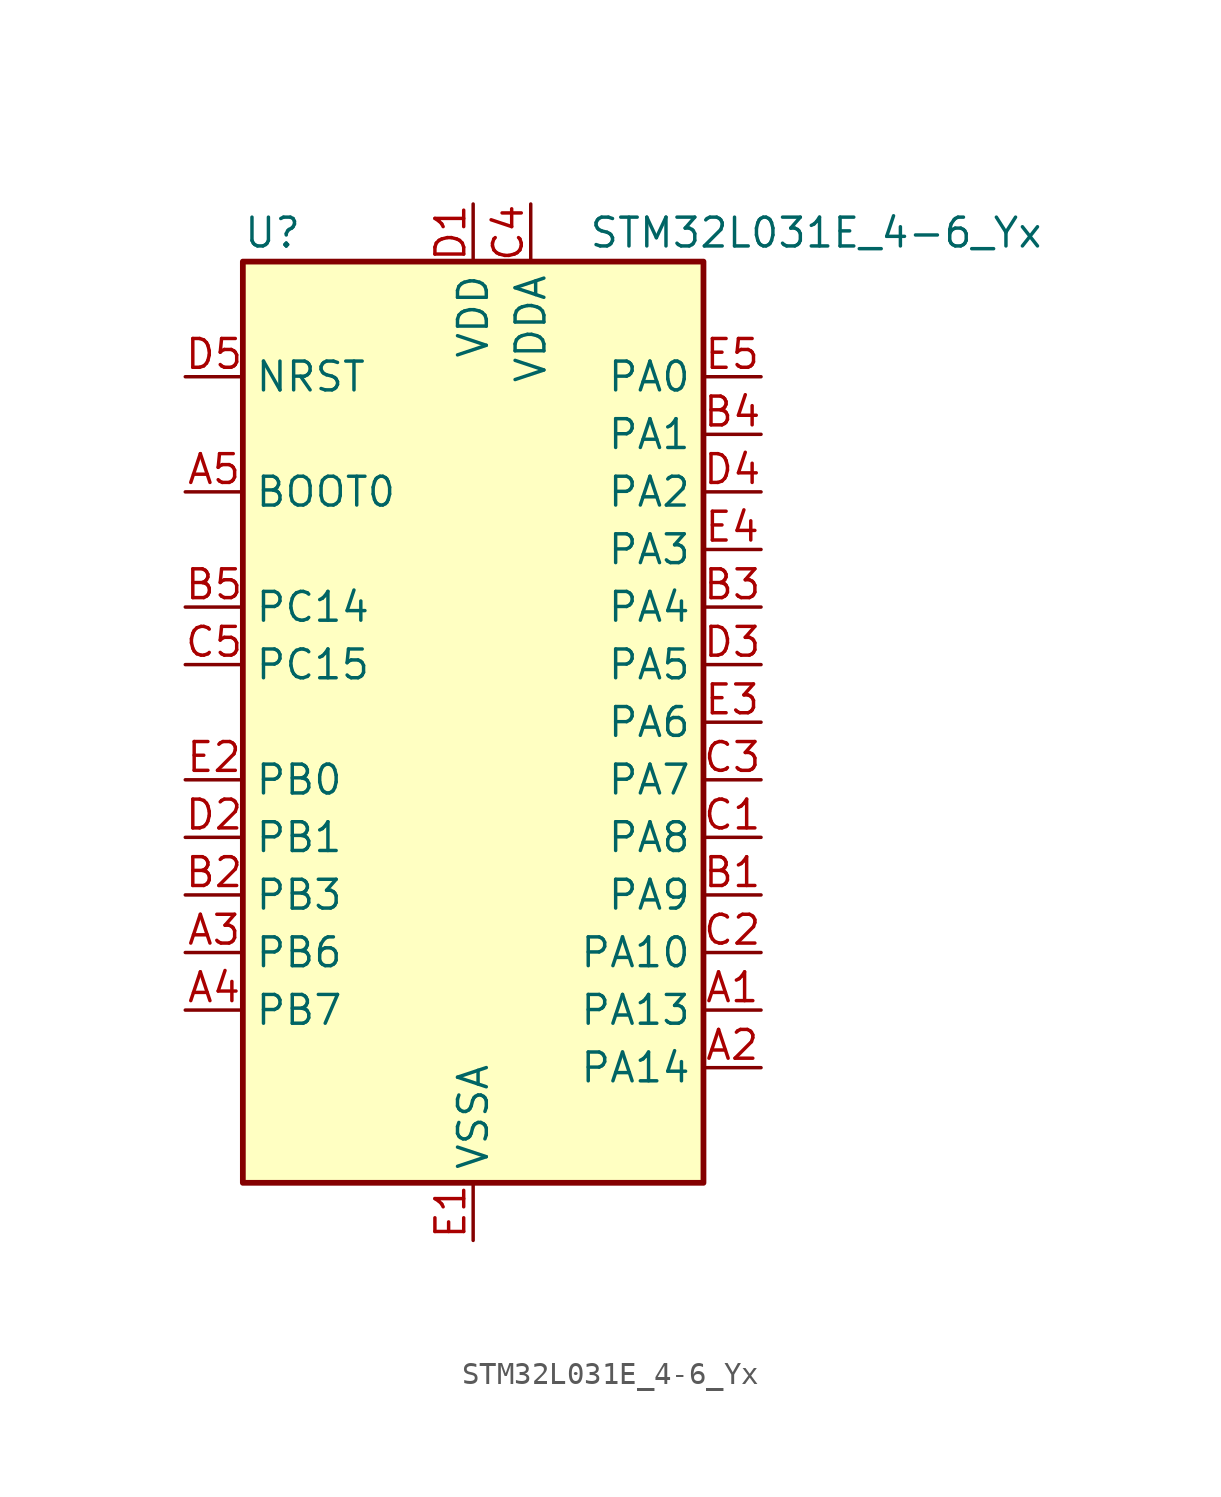
<source format=kicad_sym>
(kicad_symbol_lib
  (version 20241209)
  (generator "kicad_symbol_editor")
  (generator_version "9.0")
  (symbol "STM32L031E_4-6_Yx"
    (property "Reference" "U"
      (at -10.16 21.59 0)
      (effects (font (size 1.27 1.27)) (justify left)))
    (property "Value" "STM32L031E_4-6_Yx"
      (at 5.08 21.59 0)
      (effects (font (size 1.27 1.27)) (justify left)))
    (symbol "STM32L031E_4-6_Yx_0_1"
      (rectangle (start -10.16 -20.32) (end 10.16 20.32) (stroke (width 0.254) (type default)) (fill (type background))))
    (symbol "STM32L031E_4-6_Yx_1_1"
      (pin input line (at -12.7 15.24 0) (length 2.54) (name "NRST" (effects (font (size 1.27 1.27)))) (number "D5" (effects (font (size 1.27 1.27)))))
      (pin input line (at -12.7 10.16 0) (length 2.54) (name "BOOT0" (effects (font (size 1.27 1.27)))) (number "A5" (effects (font (size 1.27 1.27)))))
      (pin bidirectional line (at -12.7 5.08 0) (length 2.54) (name "PC14" (effects (font (size 1.27 1.27)))) (number "B5" (effects (font (size 1.27 1.27)))) (alternate "RCC_OSC32_IN" bidirectional line))
      (pin bidirectional line (at -12.7 2.54 0) (length 2.54) (name "PC15" (effects (font (size 1.27 1.27)))) (number "C5" (effects (font (size 1.27 1.27)))) (alternate "RCC_OSC32_OUT" bidirectional line))
      (pin bidirectional line (at -12.7 -2.54 0) (length 2.54) (name "PB0" (effects (font (size 1.27 1.27)))) (number "E2" (effects (font (size 1.27 1.27)))) (alternate "ADC_IN8" bidirectional line) (alternate "SPI1_MISO" bidirectional line) (alternate "SYS_VREF_OUT_PB0" bidirectional line) (alternate "TIM2_CH3" bidirectional line) (alternate "USART2_DE" bidirectional line) (alternate "USART2_RTS" bidirectional line))
      (pin bidirectional line (at -12.7 -5.08 0) (length 2.54) (name "PB1" (effects (font (size 1.27 1.27)))) (number "D2" (effects (font (size 1.27 1.27)))) (alternate "ADC_IN9" bidirectional line) (alternate "LPUART1_DE" bidirectional line) (alternate "LPUART1_RTS" bidirectional line) (alternate "SPI1_MOSI" bidirectional line) (alternate "SYS_VREF_OUT_PB1" bidirectional line) (alternate "TIM2_CH4" bidirectional line) (alternate "USART2_CK" bidirectional line))
      (pin bidirectional line (at -12.7 -7.62 0) (length 2.54) (name "PB3" (effects (font (size 1.27 1.27)))) (number "B2" (effects (font (size 1.27 1.27)))) (alternate "COMP2_INM" bidirectional line) (alternate "SPI1_SCK" bidirectional line) (alternate "TIM2_CH2" bidirectional line))
      (pin bidirectional line (at -12.7 -10.16 0) (length 2.54) (name "PB6" (effects (font (size 1.27 1.27)))) (number "A3" (effects (font (size 1.27 1.27)))) (alternate "COMP2_INP" bidirectional line) (alternate "I2C1_SCL" bidirectional line) (alternate "LPTIM1_ETR" bidirectional line) (alternate "TIM21_CH1" bidirectional line) (alternate "USART2_TX" bidirectional line))
      (pin bidirectional line (at -12.7 -12.7 0) (length 2.54) (name "PB7" (effects (font (size 1.27 1.27)))) (number "A4" (effects (font (size 1.27 1.27)))) (alternate "COMP2_INP" bidirectional line) (alternate "I2C1_SDA" bidirectional line) (alternate "LPTIM1_IN2" bidirectional line) (alternate "SYS_PVD_IN" bidirectional line) (alternate "USART2_RX" bidirectional line))
      (pin power_in line (at 0 22.86 270) (length 2.54) (name "VDD" (effects (font (size 1.27 1.27)))) (number "D1" (effects (font (size 1.27 1.27)))))
      (pin power_in line (at 0 -22.86 90) (length 2.54) (name "VSSA" (effects (font (size 1.27 1.27)))) (number "E1" (effects (font (size 1.27 1.27)))))
      (pin power_in line (at 2.54 22.86 270) (length 2.54) (name "VDDA" (effects (font (size 1.27 1.27)))) (number "C4" (effects (font (size 1.27 1.27)))))
      (pin bidirectional line (at 12.7 15.24 180) (length 2.54) (name "PA0" (effects (font (size 1.27 1.27)))) (number "E5" (effects (font (size 1.27 1.27)))) (alternate "ADC_IN0" bidirectional line) (alternate "COMP1_INM" bidirectional line) (alternate "COMP1_OUT" bidirectional line) (alternate "LPTIM1_IN1" bidirectional line) (alternate "RCC_CK_IN" bidirectional line) (alternate "RTC_TAMP2" bidirectional line) (alternate "SYS_WKUP1" bidirectional line) (alternate "TIM2_CH1" bidirectional line) (alternate "TIM2_ETR" bidirectional line) (alternate "USART2_CTS" bidirectional line))
      (pin bidirectional line (at 12.7 12.7 180) (length 2.54) (name "PA1" (effects (font (size 1.27 1.27)))) (number "B4" (effects (font (size 1.27 1.27)))) (alternate "ADC_IN1" bidirectional line) (alternate "COMP1_INP" bidirectional line) (alternate "I2C1_SMBA" bidirectional line) (alternate "LPTIM1_IN2" bidirectional line) (alternate "TIM21_ETR" bidirectional line) (alternate "TIM2_CH2" bidirectional line) (alternate "USART2_DE" bidirectional line) (alternate "USART2_RTS" bidirectional line))
      (pin bidirectional line (at 12.7 10.16 180) (length 2.54) (name "PA2" (effects (font (size 1.27 1.27)))) (number "D4" (effects (font (size 1.27 1.27)))) (alternate "ADC_IN2" bidirectional line) (alternate "COMP2_INM" bidirectional line) (alternate "COMP2_OUT" bidirectional line) (alternate "LPUART1_TX" bidirectional line) (alternate "RTC_OUT_ALARM" bidirectional line) (alternate "RTC_OUT_CALIB" bidirectional line) (alternate "RTC_TAMP3" bidirectional line) (alternate "RTC_TS" bidirectional line) (alternate "SYS_WKUP3" bidirectional line) (alternate "TIM21_CH1" bidirectional line) (alternate "TIM2_CH3" bidirectional line) (alternate "USART2_TX" bidirectional line))
      (pin bidirectional line (at 12.7 7.62 180) (length 2.54) (name "PA3" (effects (font (size 1.27 1.27)))) (number "E4" (effects (font (size 1.27 1.27)))) (alternate "ADC_IN3" bidirectional line) (alternate "COMP2_INP" bidirectional line) (alternate "LPUART1_RX" bidirectional line) (alternate "TIM21_CH2" bidirectional line) (alternate "TIM2_CH4" bidirectional line) (alternate "USART2_RX" bidirectional line))
      (pin bidirectional line (at 12.7 5.08 180) (length 2.54) (name "PA4" (effects (font (size 1.27 1.27)))) (number "B3" (effects (font (size 1.27 1.27)))) (alternate "ADC_IN4" bidirectional line) (alternate "COMP1_INM" bidirectional line) (alternate "COMP2_INM" bidirectional line) (alternate "LPTIM1_IN1" bidirectional line) (alternate "SPI1_NSS" bidirectional line) (alternate "TIM22_ETR" bidirectional line) (alternate "USART2_CK" bidirectional line))
      (pin bidirectional line (at 12.7 2.54 180) (length 2.54) (name "PA5" (effects (font (size 1.27 1.27)))) (number "D3" (effects (font (size 1.27 1.27)))) (alternate "ADC_IN5" bidirectional line) (alternate "COMP1_INM" bidirectional line) (alternate "COMP2_INM" bidirectional line) (alternate "LPTIM1_IN2" bidirectional line) (alternate "SPI1_SCK" bidirectional line) (alternate "TIM2_CH1" bidirectional line) (alternate "TIM2_ETR" bidirectional line))
      (pin bidirectional line (at 12.7 0 180) (length 2.54) (name "PA6" (effects (font (size 1.27 1.27)))) (number "E3" (effects (font (size 1.27 1.27)))) (alternate "ADC_IN6" bidirectional line) (alternate "COMP1_OUT" bidirectional line) (alternate "LPTIM1_ETR" bidirectional line) (alternate "LPUART1_CTS" bidirectional line) (alternate "SPI1_MISO" bidirectional line) (alternate "TIM22_CH1" bidirectional line))
      (pin bidirectional line (at 12.7 -2.54 180) (length 2.54) (name "PA7" (effects (font (size 1.27 1.27)))) (number "C3" (effects (font (size 1.27 1.27)))) (alternate "ADC_IN7" bidirectional line) (alternate "COMP2_OUT" bidirectional line) (alternate "LPTIM1_OUT" bidirectional line) (alternate "SPI1_MOSI" bidirectional line) (alternate "TIM22_CH2" bidirectional line) (alternate "USART2_CTS" bidirectional line))
      (pin bidirectional line (at 12.7 -5.08 180) (length 2.54) (name "PA8" (effects (font (size 1.27 1.27)))) (number "C1" (effects (font (size 1.27 1.27)))) (alternate "LPTIM1_IN1" bidirectional line) (alternate "RCC_MCO" bidirectional line) (alternate "TIM2_CH1" bidirectional line) (alternate "USART2_CK" bidirectional line))
      (pin bidirectional line (at 12.7 -7.62 180) (length 2.54) (name "PA9" (effects (font (size 1.27 1.27)))) (number "B1" (effects (font (size 1.27 1.27)))) (alternate "I2C1_SCL" bidirectional line) (alternate "RCC_MCO" bidirectional line) (alternate "TIM22_CH1" bidirectional line) (alternate "USART2_TX" bidirectional line))
      (pin bidirectional line (at 12.7 -10.16 180) (length 2.54) (name "PA10" (effects (font (size 1.27 1.27)))) (number "C2" (effects (font (size 1.27 1.27)))) (alternate "I2C1_SDA" bidirectional line) (alternate "TIM22_CH2" bidirectional line) (alternate "USART2_RX" bidirectional line))
      (pin bidirectional line (at 12.7 -12.7 180) (length 2.54) (name "PA13" (effects (font (size 1.27 1.27)))) (number "A1" (effects (font (size 1.27 1.27)))) (alternate "LPTIM1_ETR" bidirectional line) (alternate "LPUART1_RX" bidirectional line) (alternate "SYS_SWDIO" bidirectional line))
      (pin bidirectional line (at 12.7 -15.24 180) (length 2.54) (name "PA14" (effects (font (size 1.27 1.27)))) (number "A2" (effects (font (size 1.27 1.27)))) (alternate "I2C1_SMBA" bidirectional line) (alternate "LPTIM1_OUT" bidirectional line) (alternate "LPUART1_TX" bidirectional line) (alternate "SYS_SWCLK" bidirectional line) (alternate "USART2_TX" bidirectional line)))))
</source>
